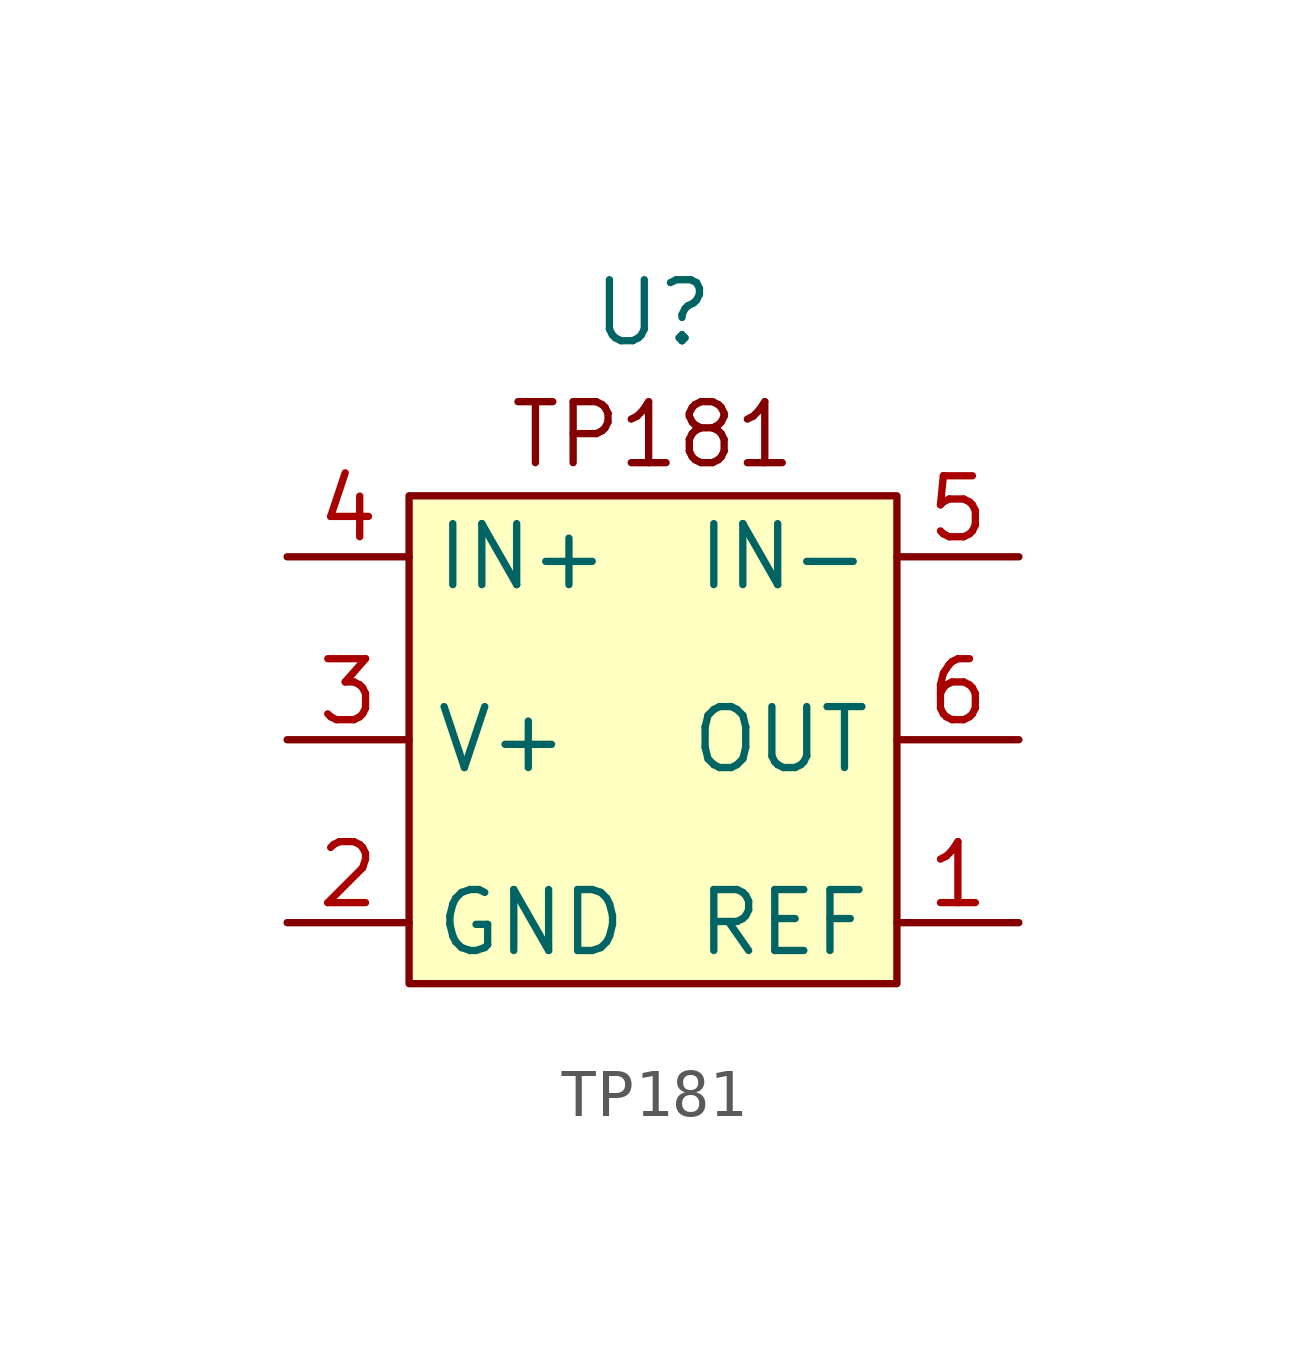
<source format=kicad_sym>
(kicad_symbol_lib
  (version 20220914)
  (generator kicad_symbol_editor)
  (symbol "TP181"
    (property "Reference" "U"
      (at 0 3.81 0)
      (effects (font (size 1.27 1.27))))
    (property "Value" ""
      (at 0 0 0)
      (effects (font (size 1.27 1.27))))
    (symbol "TP181_0_1"
      (rectangle (start -5.08 0) (end 5.08 -10.16) (stroke (width 0) (type default)) (fill (type background)))
      (text "TP181" (at 0 1.27 0) (effects (font (size 1.27 1.27)))))
    (symbol "TP181_1_1"
      (pin input line (at 7.62 -8.89 180) (length 2.54) (name "REF" (effects (font (size 1.27 1.27)))) (number "1" (effects (font (size 1.27 1.27)))))
      (pin power_out line (at -7.62 -8.89 0) (length 2.54) (name "GND" (effects (font (size 1.27 1.27)))) (number "2" (effects (font (size 1.27 1.27)))))
      (pin power_in line (at -7.62 -5.08 0) (length 2.54) (name "V+" (effects (font (size 1.27 1.27)))) (number "3" (effects (font (size 1.27 1.27)))))
      (pin input line (at -7.62 -1.27 0) (length 2.54) (name "IN+" (effects (font (size 1.27 1.27)))) (number "4" (effects (font (size 1.27 1.27)))))
      (pin input line (at 7.62 -1.27 180) (length 2.54) (name "IN-" (effects (font (size 1.27 1.27)))) (number "5" (effects (font (size 1.27 1.27)))))
      (pin output line (at 7.62 -5.08 180) (length 2.54) (name "OUT" (effects (font (size 1.27 1.27)))) (number "6" (effects (font (size 1.27 1.27))))))))
</source>
